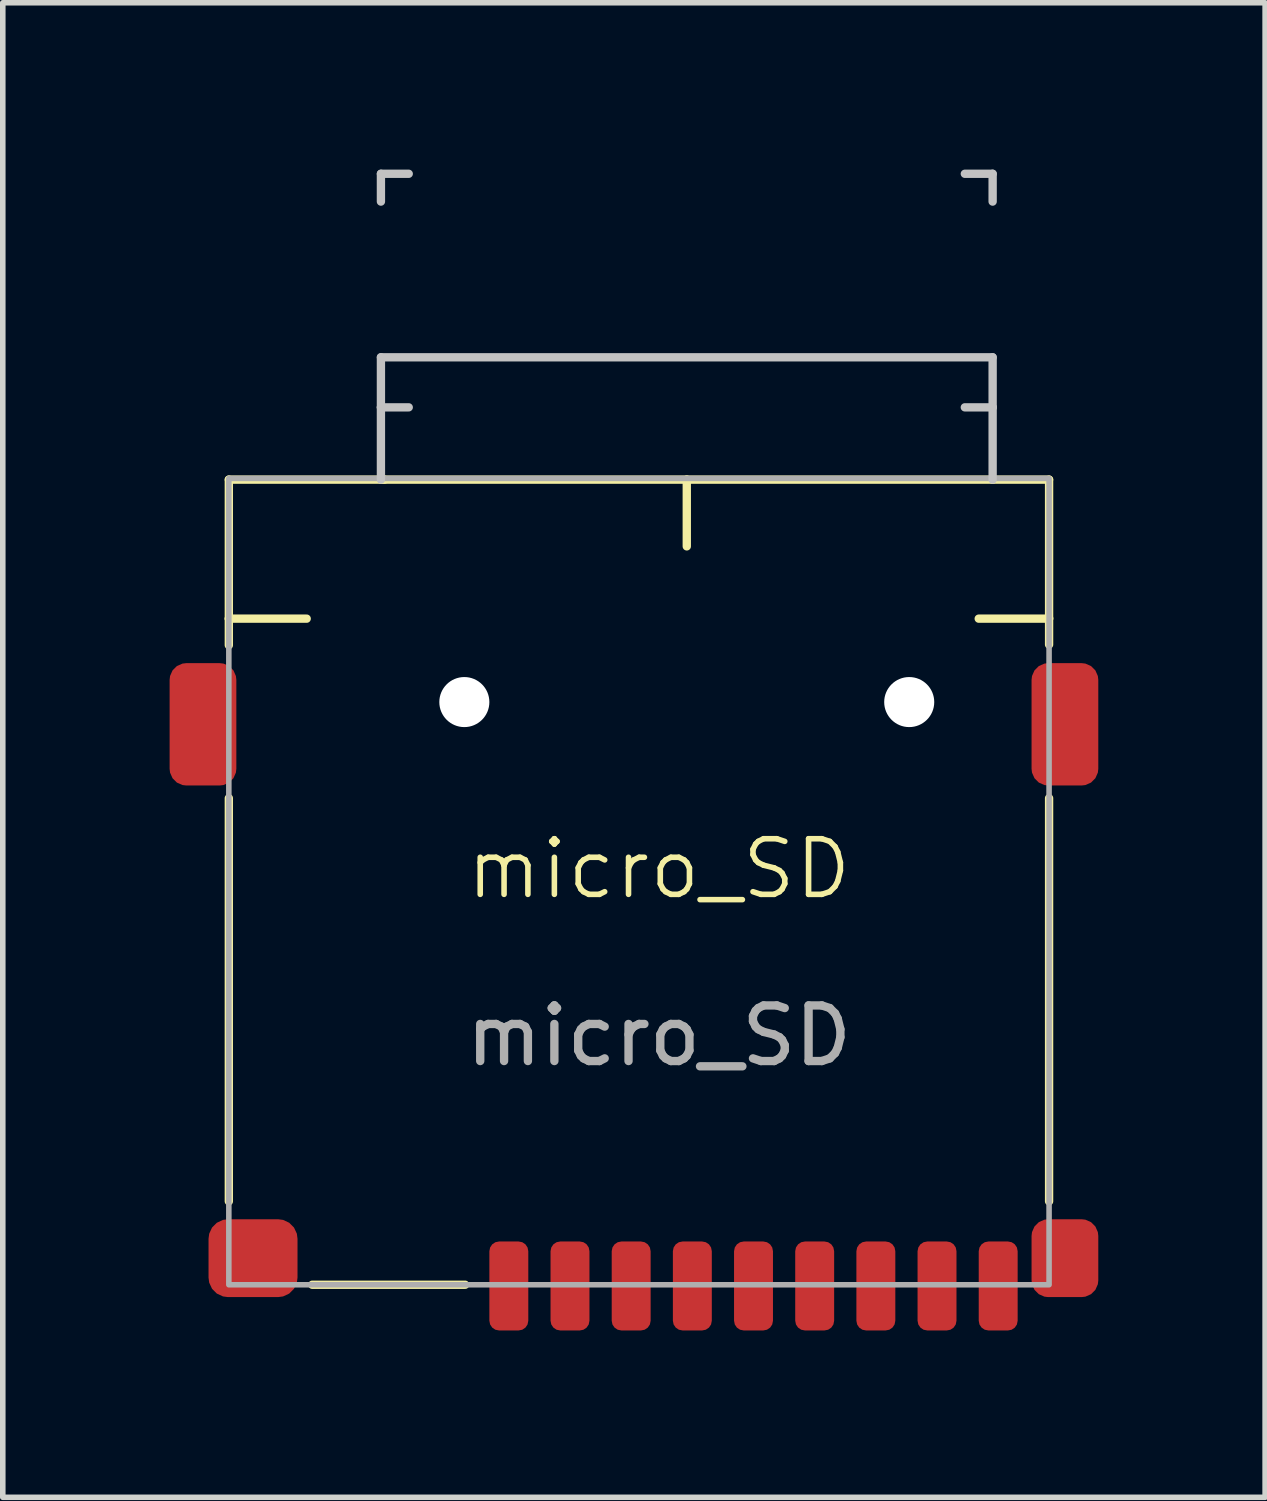
<source format=kicad_pcb>
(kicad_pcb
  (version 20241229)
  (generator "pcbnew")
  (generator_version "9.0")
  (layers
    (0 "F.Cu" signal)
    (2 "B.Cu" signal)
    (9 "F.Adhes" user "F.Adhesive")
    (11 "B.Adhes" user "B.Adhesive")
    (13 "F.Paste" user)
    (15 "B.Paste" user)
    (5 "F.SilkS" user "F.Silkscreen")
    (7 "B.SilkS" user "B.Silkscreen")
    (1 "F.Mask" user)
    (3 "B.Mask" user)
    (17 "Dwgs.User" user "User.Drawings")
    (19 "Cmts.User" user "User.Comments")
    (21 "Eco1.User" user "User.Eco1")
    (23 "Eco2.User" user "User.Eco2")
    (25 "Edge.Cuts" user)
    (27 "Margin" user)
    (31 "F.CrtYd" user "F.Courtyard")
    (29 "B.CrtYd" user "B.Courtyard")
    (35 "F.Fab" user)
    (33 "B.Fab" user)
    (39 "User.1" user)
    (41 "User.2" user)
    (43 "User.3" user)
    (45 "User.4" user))
  (footprint "micro_SD"
    (layer "F.Cu")
    (at 8.8 13.075)
    (property "Reference" "micro_SD" (at 0 -0.5 0) (unlocked yes) (layer "F.SilkS") (effects (font (size 1 1) (thickness 0.1))))
    (attr smd)
    (fp_line (start -7.735 -7.5) (end -7.735 -5) (stroke (width 0.15) (type solid)) (layer "F.SilkS"))
    (fp_line (start -7.735 -5) (end -7.735 -4.522) (stroke (width 0.15) (type default)) (layer "F.SilkS"))
    (fp_line (start -7.735 -1.772) (end -7.735 5.478) (stroke (width 0.15) (type default)) (layer "F.SilkS"))
    (fp_line (start -6.335 -5) (end -7.735 -5) (stroke (width 0.15) (type solid)) (layer "F.SilkS"))
    (fp_line (start -6.235 6.978) (end -3.485 6.978) (stroke (width 0.15) (type default)) (layer "F.SilkS"))
    (fp_line (start -4.935 -7.5) (end -7.735 -7.5) (stroke (width 0.15) (type solid)) (layer "F.SilkS"))
    (fp_line (start 0.5 -7.5) (end -5 -7.5) (stroke (width 0.15) (type solid)) (layer "F.SilkS"))
    (fp_line (start 0.5 -6.3) (end 0.5 -7.5) (stroke (width 0.15) (type solid)) (layer "F.SilkS"))
    (fp_line (start 5.75 -5) (end 7.015 -5) (stroke (width 0.15) (type solid)) (layer "F.SilkS"))
    (fp_line (start 6 -7.5) (end 0.5 -7.5) (stroke (width 0.15) (type solid)) (layer "F.SilkS"))
    (fp_line (start 7.015 -7.5) (end 6 -7.5) (stroke (width 0.15) (type solid)) (layer "F.SilkS"))
    (fp_line (start 7.015 -7.5) (end 7.015 -5) (stroke (width 0.15) (type solid)) (layer "F.SilkS"))
    (fp_line (start 7.015 -5.011) (end 7.015 -4.533) (stroke (width 0.15) (type default)) (layer "F.SilkS"))
    (fp_line (start 7.015 -1.772) (end 7.015 5.478) (stroke (width 0.15) (type default)) (layer "F.SilkS"))
    (fp_line (start -5 -13) (end -5 -12.5) (stroke (width 0.15) (type solid)) (layer "Dwgs.User"))
    (fp_line (start -5 -9.7) (end -5 -8.8) (stroke (width 0.15) (type solid)) (layer "Dwgs.User"))
    (fp_line (start -5 -8.8) (end -5 -7.5) (stroke (width 0.15) (type solid)) (layer "Dwgs.User"))
    (fp_line (start -4.5 -13) (end -5 -13) (stroke (width 0.15) (type solid)) (layer "Dwgs.User"))
    (fp_line (start -4.5 -8.8) (end -5 -8.8) (stroke (width 0.15) (type solid)) (layer "Dwgs.User"))
    (fp_line (start 5.5 -13) (end 6 -13) (stroke (width 0.15) (type solid)) (layer "Dwgs.User"))
    (fp_line (start 5.5 -8.8) (end 6 -8.8) (stroke (width 0.15) (type solid)) (layer "Dwgs.User"))
    (fp_line (start 6 -13) (end 6 -12.5) (stroke (width 0.15) (type solid)) (layer "Dwgs.User"))
    (fp_line (start 6 -9.7) (end -5 -9.7) (stroke (width 0.15) (type solid)) (layer "Dwgs.User"))
    (fp_line (start 6 -9.7) (end 6 -8.8) (stroke (width 0.15) (type solid)) (layer "Dwgs.User"))
    (fp_line (start 6 -8.8) (end 6 -7.5) (stroke (width 0.15) (type solid)) (layer "Dwgs.User"))
    (fp_rect (start -7.735 -7.522) (end 7.015 6.978) (stroke (width 0.1) (type solid)) (fill no) (layer "F.Fab"))
    (fp_text user "${REFERENCE}" (at 0 2.5 0) (unlocked yes) (layer "F.Fab") (effects (font (size 1 1) (thickness 0.15))))
    (pad "" np_thru_hole circle (at -3.5 -3.5) (size 0.9 0.9) (drill 0.9) (layers "*.Cu" "*.Mask"))
    (pad "" np_thru_hole circle (at 4.5 -3.5) (size 0.9 0.9) (drill 0.9) (layers "*.Cu" "*.Mask"))
    (pad "1" smd roundrect (at -2.7 7) (size 0.7 1.6) (layers "F.Cu" "F.Mask" "F.Paste") (roundrect_rratio 0.25))
    (pad "2" smd roundrect (at -1.6 7) (size 0.7 1.6) (layers "F.Cu" "F.Mask" "F.Paste") (roundrect_rratio 0.25))
    (pad "3" smd roundrect (at -0.5 7) (size 0.7 1.6) (layers "F.Cu" "F.Mask" "F.Paste") (roundrect_rratio 0.25))
    (pad "4" smd roundrect (at 0.6 7) (size 0.7 1.6) (layers "F.Cu" "F.Mask" "F.Paste") (roundrect_rratio 0.25))
    (pad "5" smd roundrect (at 1.7 7) (size 0.7 1.6) (layers "F.Cu" "F.Mask" "F.Paste") (roundrect_rratio 0.25))
    (pad "6" smd roundrect (at 2.8 7) (size 0.7 1.6) (layers "F.Cu" "F.Mask" "F.Paste") (roundrect_rratio 0.25))
    (pad "7" smd roundrect (at 3.9 7) (size 0.7 1.6) (layers "F.Cu" "F.Mask" "F.Paste") (roundrect_rratio 0.25))
    (pad "8" smd roundrect (at 5 7) (size 0.7 1.6) (layers "F.Cu" "F.Mask" "F.Paste") (roundrect_rratio 0.25))
    (pad "9" smd roundrect (at 6.1 7) (size 0.7 1.6) (layers "F.Cu" "F.Mask" "F.Paste") (roundrect_rratio 0.25))
    (pad "SH" smd roundrect (at -8.2 -3.1) (size 1.2 2.2) (layers "F.Cu" "F.Mask" "F.Paste") (roundrect_rratio 0.25))
    (pad "SH" smd roundrect (at -7.3 6.5) (size 1.6 1.4) (layers "F.Cu" "F.Mask" "F.Paste") (roundrect_rratio 0.25))
    (pad "SH" smd roundrect (at 7.3 -3.1) (size 1.2 2.2) (layers "F.Cu" "F.Mask" "F.Paste") (roundrect_rratio 0.25))
    (pad "SH" smd roundrect (at 7.3 6.5) (size 1.2 1.4) (layers "F.Cu" "F.Mask" "F.Paste") (roundrect_rratio 0.25)))
  (gr_rect
    (start -3 -3)
    (end 19.7 23.875)
    (stroke (width 0.1) (type default))
    (fill no)
    (layer "Edge.Cuts")))
</source>
